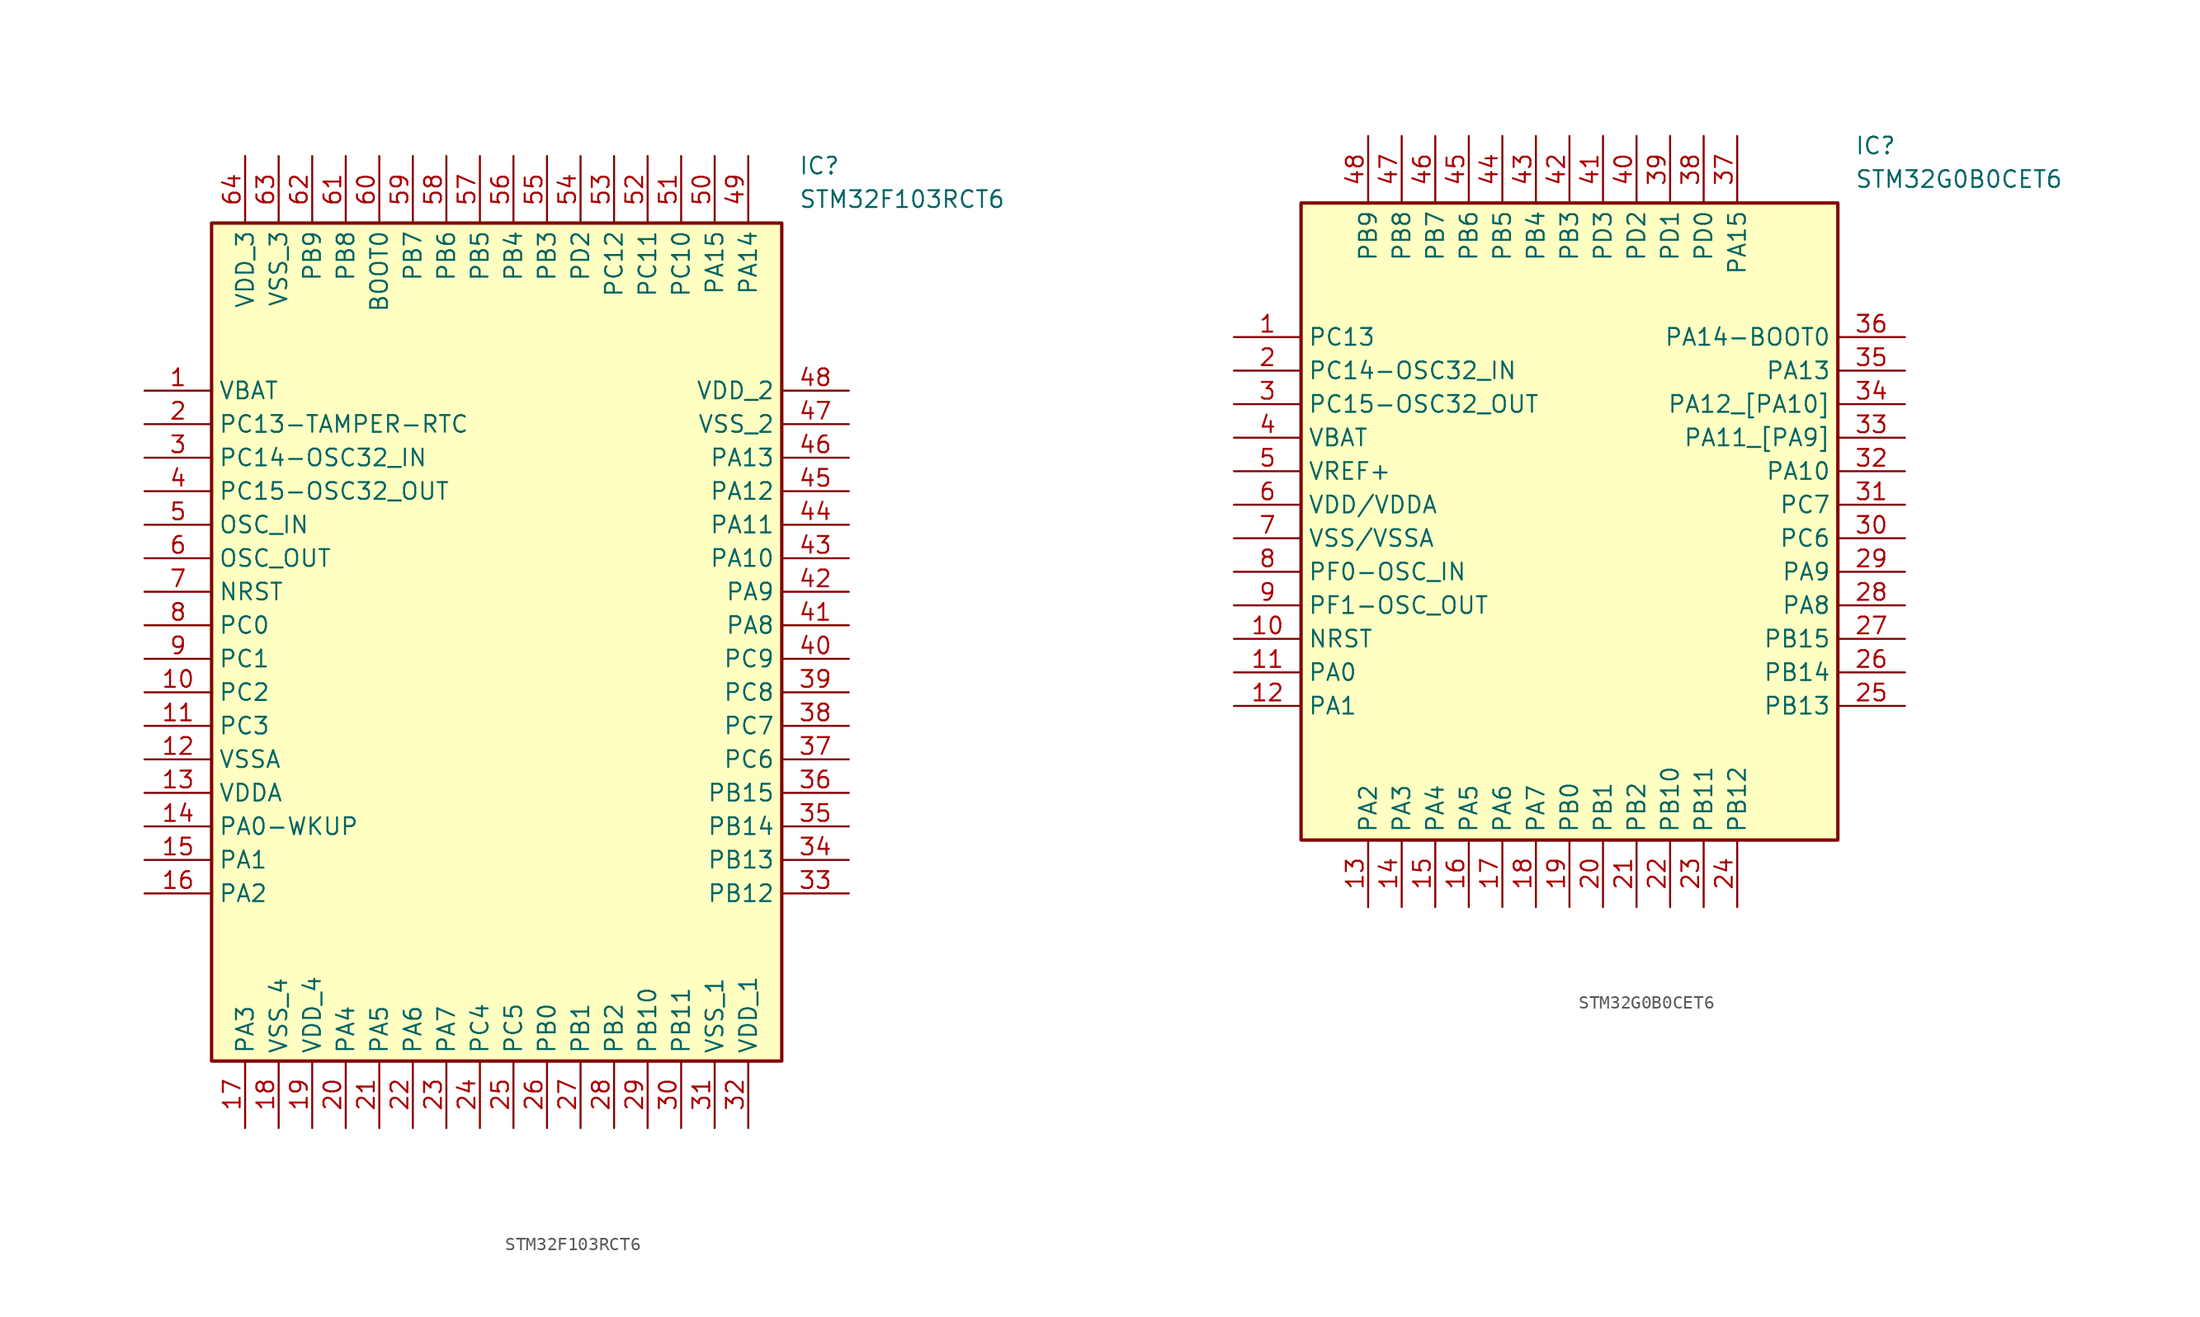
<source format=kicad_sym>
(kicad_symbol_lib
  (version 20241209)
  (generator "kicad_symbol_editor")
  (generator_version "9.0")
  (symbol "STM32F103RCT6"
    (property "Reference" "IC"
      (at 49.53 17.78 0)
      (effects (font (size 1.27 1.27)) (justify left top)))
    (property "Value" "STM32F103RCT6"
      (at 49.53 15.24 0)
      (effects (font (size 1.27 1.27)) (justify left top)))
    (symbol "STM32F103RCT6_1_1"
      (rectangle (start 5.08 12.7) (end 48.26 -50.8) (stroke (width 0.254) (type default)) (fill (type background)))
      (pin passive line (at 0 0 0) (length 5.08) (name "VBAT" (effects (font (size 1.27 1.27)))) (number "1" (effects (font (size 1.27 1.27)))))
      (pin passive line (at 0 -2.54 0) (length 5.08) (name "PC13-TAMPER-RTC" (effects (font (size 1.27 1.27)))) (number "2" (effects (font (size 1.27 1.27)))))
      (pin passive line (at 0 -5.08 0) (length 5.08) (name "PC14-OSC32_IN" (effects (font (size 1.27 1.27)))) (number "3" (effects (font (size 1.27 1.27)))))
      (pin passive line (at 0 -7.62 0) (length 5.08) (name "PC15-OSC32_OUT" (effects (font (size 1.27 1.27)))) (number "4" (effects (font (size 1.27 1.27)))))
      (pin passive line (at 0 -10.16 0) (length 5.08) (name "OSC_IN" (effects (font (size 1.27 1.27)))) (number "5" (effects (font (size 1.27 1.27)))))
      (pin passive line (at 0 -12.7 0) (length 5.08) (name "OSC_OUT" (effects (font (size 1.27 1.27)))) (number "6" (effects (font (size 1.27 1.27)))))
      (pin passive line (at 0 -15.24 0) (length 5.08) (name "NRST" (effects (font (size 1.27 1.27)))) (number "7" (effects (font (size 1.27 1.27)))))
      (pin passive line (at 0 -17.78 0) (length 5.08) (name "PC0" (effects (font (size 1.27 1.27)))) (number "8" (effects (font (size 1.27 1.27)))))
      (pin passive line (at 0 -20.32 0) (length 5.08) (name "PC1" (effects (font (size 1.27 1.27)))) (number "9" (effects (font (size 1.27 1.27)))))
      (pin passive line (at 0 -22.86 0) (length 5.08) (name "PC2" (effects (font (size 1.27 1.27)))) (number "10" (effects (font (size 1.27 1.27)))))
      (pin passive line (at 0 -25.4 0) (length 5.08) (name "PC3" (effects (font (size 1.27 1.27)))) (number "11" (effects (font (size 1.27 1.27)))))
      (pin passive line (at 0 -27.94 0) (length 5.08) (name "VSSA" (effects (font (size 1.27 1.27)))) (number "12" (effects (font (size 1.27 1.27)))))
      (pin passive line (at 0 -30.48 0) (length 5.08) (name "VDDA" (effects (font (size 1.27 1.27)))) (number "13" (effects (font (size 1.27 1.27)))))
      (pin passive line (at 0 -33.02 0) (length 5.08) (name "PA0-WKUP" (effects (font (size 1.27 1.27)))) (number "14" (effects (font (size 1.27 1.27)))))
      (pin passive line (at 0 -35.56 0) (length 5.08) (name "PA1" (effects (font (size 1.27 1.27)))) (number "15" (effects (font (size 1.27 1.27)))))
      (pin passive line (at 0 -38.1 0) (length 5.08) (name "PA2" (effects (font (size 1.27 1.27)))) (number "16" (effects (font (size 1.27 1.27)))))
      (pin passive line (at 7.62 17.78 270) (length 5.08) (name "VDD_3" (effects (font (size 1.27 1.27)))) (number "64" (effects (font (size 1.27 1.27)))))
      (pin passive line (at 7.62 -55.88 90) (length 5.08) (name "PA3" (effects (font (size 1.27 1.27)))) (number "17" (effects (font (size 1.27 1.27)))))
      (pin passive line (at 10.16 17.78 270) (length 5.08) (name "VSS_3" (effects (font (size 1.27 1.27)))) (number "63" (effects (font (size 1.27 1.27)))))
      (pin passive line (at 10.16 -55.88 90) (length 5.08) (name "VSS_4" (effects (font (size 1.27 1.27)))) (number "18" (effects (font (size 1.27 1.27)))))
      (pin passive line (at 12.7 17.78 270) (length 5.08) (name "PB9" (effects (font (size 1.27 1.27)))) (number "62" (effects (font (size 1.27 1.27)))))
      (pin passive line (at 12.7 -55.88 90) (length 5.08) (name "VDD_4" (effects (font (size 1.27 1.27)))) (number "19" (effects (font (size 1.27 1.27)))))
      (pin passive line (at 15.24 17.78 270) (length 5.08) (name "PB8" (effects (font (size 1.27 1.27)))) (number "61" (effects (font (size 1.27 1.27)))))
      (pin passive line (at 15.24 -55.88 90) (length 5.08) (name "PA4" (effects (font (size 1.27 1.27)))) (number "20" (effects (font (size 1.27 1.27)))))
      (pin passive line (at 17.78 17.78 270) (length 5.08) (name "BOOT0" (effects (font (size 1.27 1.27)))) (number "60" (effects (font (size 1.27 1.27)))))
      (pin passive line (at 17.78 -55.88 90) (length 5.08) (name "PA5" (effects (font (size 1.27 1.27)))) (number "21" (effects (font (size 1.27 1.27)))))
      (pin passive line (at 20.32 17.78 270) (length 5.08) (name "PB7" (effects (font (size 1.27 1.27)))) (number "59" (effects (font (size 1.27 1.27)))))
      (pin passive line (at 20.32 -55.88 90) (length 5.08) (name "PA6" (effects (font (size 1.27 1.27)))) (number "22" (effects (font (size 1.27 1.27)))))
      (pin passive line (at 22.86 17.78 270) (length 5.08) (name "PB6" (effects (font (size 1.27 1.27)))) (number "58" (effects (font (size 1.27 1.27)))))
      (pin passive line (at 22.86 -55.88 90) (length 5.08) (name "PA7" (effects (font (size 1.27 1.27)))) (number "23" (effects (font (size 1.27 1.27)))))
      (pin passive line (at 25.4 17.78 270) (length 5.08) (name "PB5" (effects (font (size 1.27 1.27)))) (number "57" (effects (font (size 1.27 1.27)))))
      (pin passive line (at 25.4 -55.88 90) (length 5.08) (name "PC4" (effects (font (size 1.27 1.27)))) (number "24" (effects (font (size 1.27 1.27)))))
      (pin passive line (at 27.94 17.78 270) (length 5.08) (name "PB4" (effects (font (size 1.27 1.27)))) (number "56" (effects (font (size 1.27 1.27)))))
      (pin passive line (at 27.94 -55.88 90) (length 5.08) (name "PC5" (effects (font (size 1.27 1.27)))) (number "25" (effects (font (size 1.27 1.27)))))
      (pin passive line (at 30.48 17.78 270) (length 5.08) (name "PB3" (effects (font (size 1.27 1.27)))) (number "55" (effects (font (size 1.27 1.27)))))
      (pin passive line (at 30.48 -55.88 90) (length 5.08) (name "PB0" (effects (font (size 1.27 1.27)))) (number "26" (effects (font (size 1.27 1.27)))))
      (pin passive line (at 33.02 17.78 270) (length 5.08) (name "PD2" (effects (font (size 1.27 1.27)))) (number "54" (effects (font (size 1.27 1.27)))))
      (pin passive line (at 33.02 -55.88 90) (length 5.08) (name "PB1" (effects (font (size 1.27 1.27)))) (number "27" (effects (font (size 1.27 1.27)))))
      (pin passive line (at 35.56 17.78 270) (length 5.08) (name "PC12" (effects (font (size 1.27 1.27)))) (number "53" (effects (font (size 1.27 1.27)))))
      (pin passive line (at 35.56 -55.88 90) (length 5.08) (name "PB2" (effects (font (size 1.27 1.27)))) (number "28" (effects (font (size 1.27 1.27)))))
      (pin passive line (at 38.1 17.78 270) (length 5.08) (name "PC11" (effects (font (size 1.27 1.27)))) (number "52" (effects (font (size 1.27 1.27)))))
      (pin passive line (at 38.1 -55.88 90) (length 5.08) (name "PB10" (effects (font (size 1.27 1.27)))) (number "29" (effects (font (size 1.27 1.27)))))
      (pin passive line (at 40.64 17.78 270) (length 5.08) (name "PC10" (effects (font (size 1.27 1.27)))) (number "51" (effects (font (size 1.27 1.27)))))
      (pin passive line (at 40.64 -55.88 90) (length 5.08) (name "PB11" (effects (font (size 1.27 1.27)))) (number "30" (effects (font (size 1.27 1.27)))))
      (pin passive line (at 43.18 17.78 270) (length 5.08) (name "PA15" (effects (font (size 1.27 1.27)))) (number "50" (effects (font (size 1.27 1.27)))))
      (pin passive line (at 43.18 -55.88 90) (length 5.08) (name "VSS_1" (effects (font (size 1.27 1.27)))) (number "31" (effects (font (size 1.27 1.27)))))
      (pin passive line (at 45.72 17.78 270) (length 5.08) (name "PA14" (effects (font (size 1.27 1.27)))) (number "49" (effects (font (size 1.27 1.27)))))
      (pin passive line (at 45.72 -55.88 90) (length 5.08) (name "VDD_1" (effects (font (size 1.27 1.27)))) (number "32" (effects (font (size 1.27 1.27)))))
      (pin passive line (at 53.34 0 180) (length 5.08) (name "VDD_2" (effects (font (size 1.27 1.27)))) (number "48" (effects (font (size 1.27 1.27)))))
      (pin passive line (at 53.34 -2.54 180) (length 5.08) (name "VSS_2" (effects (font (size 1.27 1.27)))) (number "47" (effects (font (size 1.27 1.27)))))
      (pin passive line (at 53.34 -5.08 180) (length 5.08) (name "PA13" (effects (font (size 1.27 1.27)))) (number "46" (effects (font (size 1.27 1.27)))))
      (pin passive line (at 53.34 -7.62 180) (length 5.08) (name "PA12" (effects (font (size 1.27 1.27)))) (number "45" (effects (font (size 1.27 1.27)))))
      (pin passive line (at 53.34 -10.16 180) (length 5.08) (name "PA11" (effects (font (size 1.27 1.27)))) (number "44" (effects (font (size 1.27 1.27)))))
      (pin passive line (at 53.34 -12.7 180) (length 5.08) (name "PA10" (effects (font (size 1.27 1.27)))) (number "43" (effects (font (size 1.27 1.27)))))
      (pin passive line (at 53.34 -15.24 180) (length 5.08) (name "PA9" (effects (font (size 1.27 1.27)))) (number "42" (effects (font (size 1.27 1.27)))))
      (pin passive line (at 53.34 -17.78 180) (length 5.08) (name "PA8" (effects (font (size 1.27 1.27)))) (number "41" (effects (font (size 1.27 1.27)))))
      (pin passive line (at 53.34 -20.32 180) (length 5.08) (name "PC9" (effects (font (size 1.27 1.27)))) (number "40" (effects (font (size 1.27 1.27)))))
      (pin passive line (at 53.34 -22.86 180) (length 5.08) (name "PC8" (effects (font (size 1.27 1.27)))) (number "39" (effects (font (size 1.27 1.27)))))
      (pin passive line (at 53.34 -25.4 180) (length 5.08) (name "PC7" (effects (font (size 1.27 1.27)))) (number "38" (effects (font (size 1.27 1.27)))))
      (pin passive line (at 53.34 -27.94 180) (length 5.08) (name "PC6" (effects (font (size 1.27 1.27)))) (number "37" (effects (font (size 1.27 1.27)))))
      (pin passive line (at 53.34 -30.48 180) (length 5.08) (name "PB15" (effects (font (size 1.27 1.27)))) (number "36" (effects (font (size 1.27 1.27)))))
      (pin passive line (at 53.34 -33.02 180) (length 5.08) (name "PB14" (effects (font (size 1.27 1.27)))) (number "35" (effects (font (size 1.27 1.27)))))
      (pin passive line (at 53.34 -35.56 180) (length 5.08) (name "PB13" (effects (font (size 1.27 1.27)))) (number "34" (effects (font (size 1.27 1.27)))))
      (pin passive line (at 53.34 -38.1 180) (length 5.08) (name "PB12" (effects (font (size 1.27 1.27)))) (number "33" (effects (font (size 1.27 1.27)))))))
  (symbol "STM32G0B0CET6"
    (property "Reference" "IC"
      (at 46.99 15.24 0)
      (effects (font (size 1.27 1.27)) (justify left top)))
    (property "Value" "STM32G0B0CET6"
      (at 46.99 12.7 0)
      (effects (font (size 1.27 1.27)) (justify left top)))
    (symbol "STM32G0B0CET6_1_1"
      (rectangle (start 5.08 10.16) (end 45.72 -38.1) (stroke (width 0.254) (type default)) (fill (type background)))
      (pin passive line (at 0 0 0) (length 5.08) (name "PC13" (effects (font (size 1.27 1.27)))) (number "1" (effects (font (size 1.27 1.27)))))
      (pin passive line (at 0 -2.54 0) (length 5.08) (name "PC14-OSC32_IN" (effects (font (size 1.27 1.27)))) (number "2" (effects (font (size 1.27 1.27)))))
      (pin passive line (at 0 -5.08 0) (length 5.08) (name "PC15-OSC32_OUT" (effects (font (size 1.27 1.27)))) (number "3" (effects (font (size 1.27 1.27)))))
      (pin passive line (at 0 -7.62 0) (length 5.08) (name "VBAT" (effects (font (size 1.27 1.27)))) (number "4" (effects (font (size 1.27 1.27)))))
      (pin passive line (at 0 -10.16 0) (length 5.08) (name "VREF+" (effects (font (size 1.27 1.27)))) (number "5" (effects (font (size 1.27 1.27)))))
      (pin passive line (at 0 -12.7 0) (length 5.08) (name "VDD/VDDA" (effects (font (size 1.27 1.27)))) (number "6" (effects (font (size 1.27 1.27)))))
      (pin passive line (at 0 -15.24 0) (length 5.08) (name "VSS/VSSA" (effects (font (size 1.27 1.27)))) (number "7" (effects (font (size 1.27 1.27)))))
      (pin passive line (at 0 -17.78 0) (length 5.08) (name "PF0-OSC_IN" (effects (font (size 1.27 1.27)))) (number "8" (effects (font (size 1.27 1.27)))))
      (pin passive line (at 0 -20.32 0) (length 5.08) (name "PF1-OSC_OUT" (effects (font (size 1.27 1.27)))) (number "9" (effects (font (size 1.27 1.27)))))
      (pin passive line (at 0 -22.86 0) (length 5.08) (name "NRST" (effects (font (size 1.27 1.27)))) (number "10" (effects (font (size 1.27 1.27)))))
      (pin passive line (at 0 -25.4 0) (length 5.08) (name "PA0" (effects (font (size 1.27 1.27)))) (number "11" (effects (font (size 1.27 1.27)))))
      (pin passive line (at 0 -27.94 0) (length 5.08) (name "PA1" (effects (font (size 1.27 1.27)))) (number "12" (effects (font (size 1.27 1.27)))))
      (pin passive line (at 10.16 15.24 270) (length 5.08) (name "PB9" (effects (font (size 1.27 1.27)))) (number "48" (effects (font (size 1.27 1.27)))))
      (pin passive line (at 10.16 -43.18 90) (length 5.08) (name "PA2" (effects (font (size 1.27 1.27)))) (number "13" (effects (font (size 1.27 1.27)))))
      (pin passive line (at 12.7 15.24 270) (length 5.08) (name "PB8" (effects (font (size 1.27 1.27)))) (number "47" (effects (font (size 1.27 1.27)))))
      (pin passive line (at 12.7 -43.18 90) (length 5.08) (name "PA3" (effects (font (size 1.27 1.27)))) (number "14" (effects (font (size 1.27 1.27)))))
      (pin passive line (at 15.24 15.24 270) (length 5.08) (name "PB7" (effects (font (size 1.27 1.27)))) (number "46" (effects (font (size 1.27 1.27)))))
      (pin passive line (at 15.24 -43.18 90) (length 5.08) (name "PA4" (effects (font (size 1.27 1.27)))) (number "15" (effects (font (size 1.27 1.27)))))
      (pin passive line (at 17.78 15.24 270) (length 5.08) (name "PB6" (effects (font (size 1.27 1.27)))) (number "45" (effects (font (size 1.27 1.27)))))
      (pin passive line (at 17.78 -43.18 90) (length 5.08) (name "PA5" (effects (font (size 1.27 1.27)))) (number "16" (effects (font (size 1.27 1.27)))))
      (pin passive line (at 20.32 15.24 270) (length 5.08) (name "PB5" (effects (font (size 1.27 1.27)))) (number "44" (effects (font (size 1.27 1.27)))))
      (pin passive line (at 20.32 -43.18 90) (length 5.08) (name "PA6" (effects (font (size 1.27 1.27)))) (number "17" (effects (font (size 1.27 1.27)))))
      (pin passive line (at 22.86 15.24 270) (length 5.08) (name "PB4" (effects (font (size 1.27 1.27)))) (number "43" (effects (font (size 1.27 1.27)))))
      (pin passive line (at 22.86 -43.18 90) (length 5.08) (name "PA7" (effects (font (size 1.27 1.27)))) (number "18" (effects (font (size 1.27 1.27)))))
      (pin passive line (at 25.4 15.24 270) (length 5.08) (name "PB3" (effects (font (size 1.27 1.27)))) (number "42" (effects (font (size 1.27 1.27)))))
      (pin passive line (at 25.4 -43.18 90) (length 5.08) (name "PB0" (effects (font (size 1.27 1.27)))) (number "19" (effects (font (size 1.27 1.27)))))
      (pin passive line (at 27.94 15.24 270) (length 5.08) (name "PD3" (effects (font (size 1.27 1.27)))) (number "41" (effects (font (size 1.27 1.27)))))
      (pin passive line (at 27.94 -43.18 90) (length 5.08) (name "PB1" (effects (font (size 1.27 1.27)))) (number "20" (effects (font (size 1.27 1.27)))))
      (pin passive line (at 30.48 15.24 270) (length 5.08) (name "PD2" (effects (font (size 1.27 1.27)))) (number "40" (effects (font (size 1.27 1.27)))))
      (pin passive line (at 30.48 -43.18 90) (length 5.08) (name "PB2" (effects (font (size 1.27 1.27)))) (number "21" (effects (font (size 1.27 1.27)))))
      (pin passive line (at 33.02 15.24 270) (length 5.08) (name "PD1" (effects (font (size 1.27 1.27)))) (number "39" (effects (font (size 1.27 1.27)))))
      (pin passive line (at 33.02 -43.18 90) (length 5.08) (name "PB10" (effects (font (size 1.27 1.27)))) (number "22" (effects (font (size 1.27 1.27)))))
      (pin passive line (at 35.56 15.24 270) (length 5.08) (name "PD0" (effects (font (size 1.27 1.27)))) (number "38" (effects (font (size 1.27 1.27)))))
      (pin passive line (at 35.56 -43.18 90) (length 5.08) (name "PB11" (effects (font (size 1.27 1.27)))) (number "23" (effects (font (size 1.27 1.27)))))
      (pin passive line (at 38.1 15.24 270) (length 5.08) (name "PA15" (effects (font (size 1.27 1.27)))) (number "37" (effects (font (size 1.27 1.27)))))
      (pin passive line (at 38.1 -43.18 90) (length 5.08) (name "PB12" (effects (font (size 1.27 1.27)))) (number "24" (effects (font (size 1.27 1.27)))))
      (pin passive line (at 50.8 0 180) (length 5.08) (name "PA14-BOOT0" (effects (font (size 1.27 1.27)))) (number "36" (effects (font (size 1.27 1.27)))))
      (pin passive line (at 50.8 -2.54 180) (length 5.08) (name "PA13" (effects (font (size 1.27 1.27)))) (number "35" (effects (font (size 1.27 1.27)))))
      (pin passive line (at 50.8 -5.08 180) (length 5.08) (name "PA12_[PA10]" (effects (font (size 1.27 1.27)))) (number "34" (effects (font (size 1.27 1.27)))))
      (pin passive line (at 50.8 -7.62 180) (length 5.08) (name "PA11_[PA9]" (effects (font (size 1.27 1.27)))) (number "33" (effects (font (size 1.27 1.27)))))
      (pin passive line (at 50.8 -10.16 180) (length 5.08) (name "PA10" (effects (font (size 1.27 1.27)))) (number "32" (effects (font (size 1.27 1.27)))))
      (pin passive line (at 50.8 -12.7 180) (length 5.08) (name "PC7" (effects (font (size 1.27 1.27)))) (number "31" (effects (font (size 1.27 1.27)))))
      (pin passive line (at 50.8 -15.24 180) (length 5.08) (name "PC6" (effects (font (size 1.27 1.27)))) (number "30" (effects (font (size 1.27 1.27)))))
      (pin passive line (at 50.8 -17.78 180) (length 5.08) (name "PA9" (effects (font (size 1.27 1.27)))) (number "29" (effects (font (size 1.27 1.27)))))
      (pin passive line (at 50.8 -20.32 180) (length 5.08) (name "PA8" (effects (font (size 1.27 1.27)))) (number "28" (effects (font (size 1.27 1.27)))))
      (pin passive line (at 50.8 -22.86 180) (length 5.08) (name "PB15" (effects (font (size 1.27 1.27)))) (number "27" (effects (font (size 1.27 1.27)))))
      (pin passive line (at 50.8 -25.4 180) (length 5.08) (name "PB14" (effects (font (size 1.27 1.27)))) (number "26" (effects (font (size 1.27 1.27)))))
      (pin passive line (at 50.8 -27.94 180) (length 5.08) (name "PB13" (effects (font (size 1.27 1.27)))) (number "25" (effects (font (size 1.27 1.27))))))))
</source>
